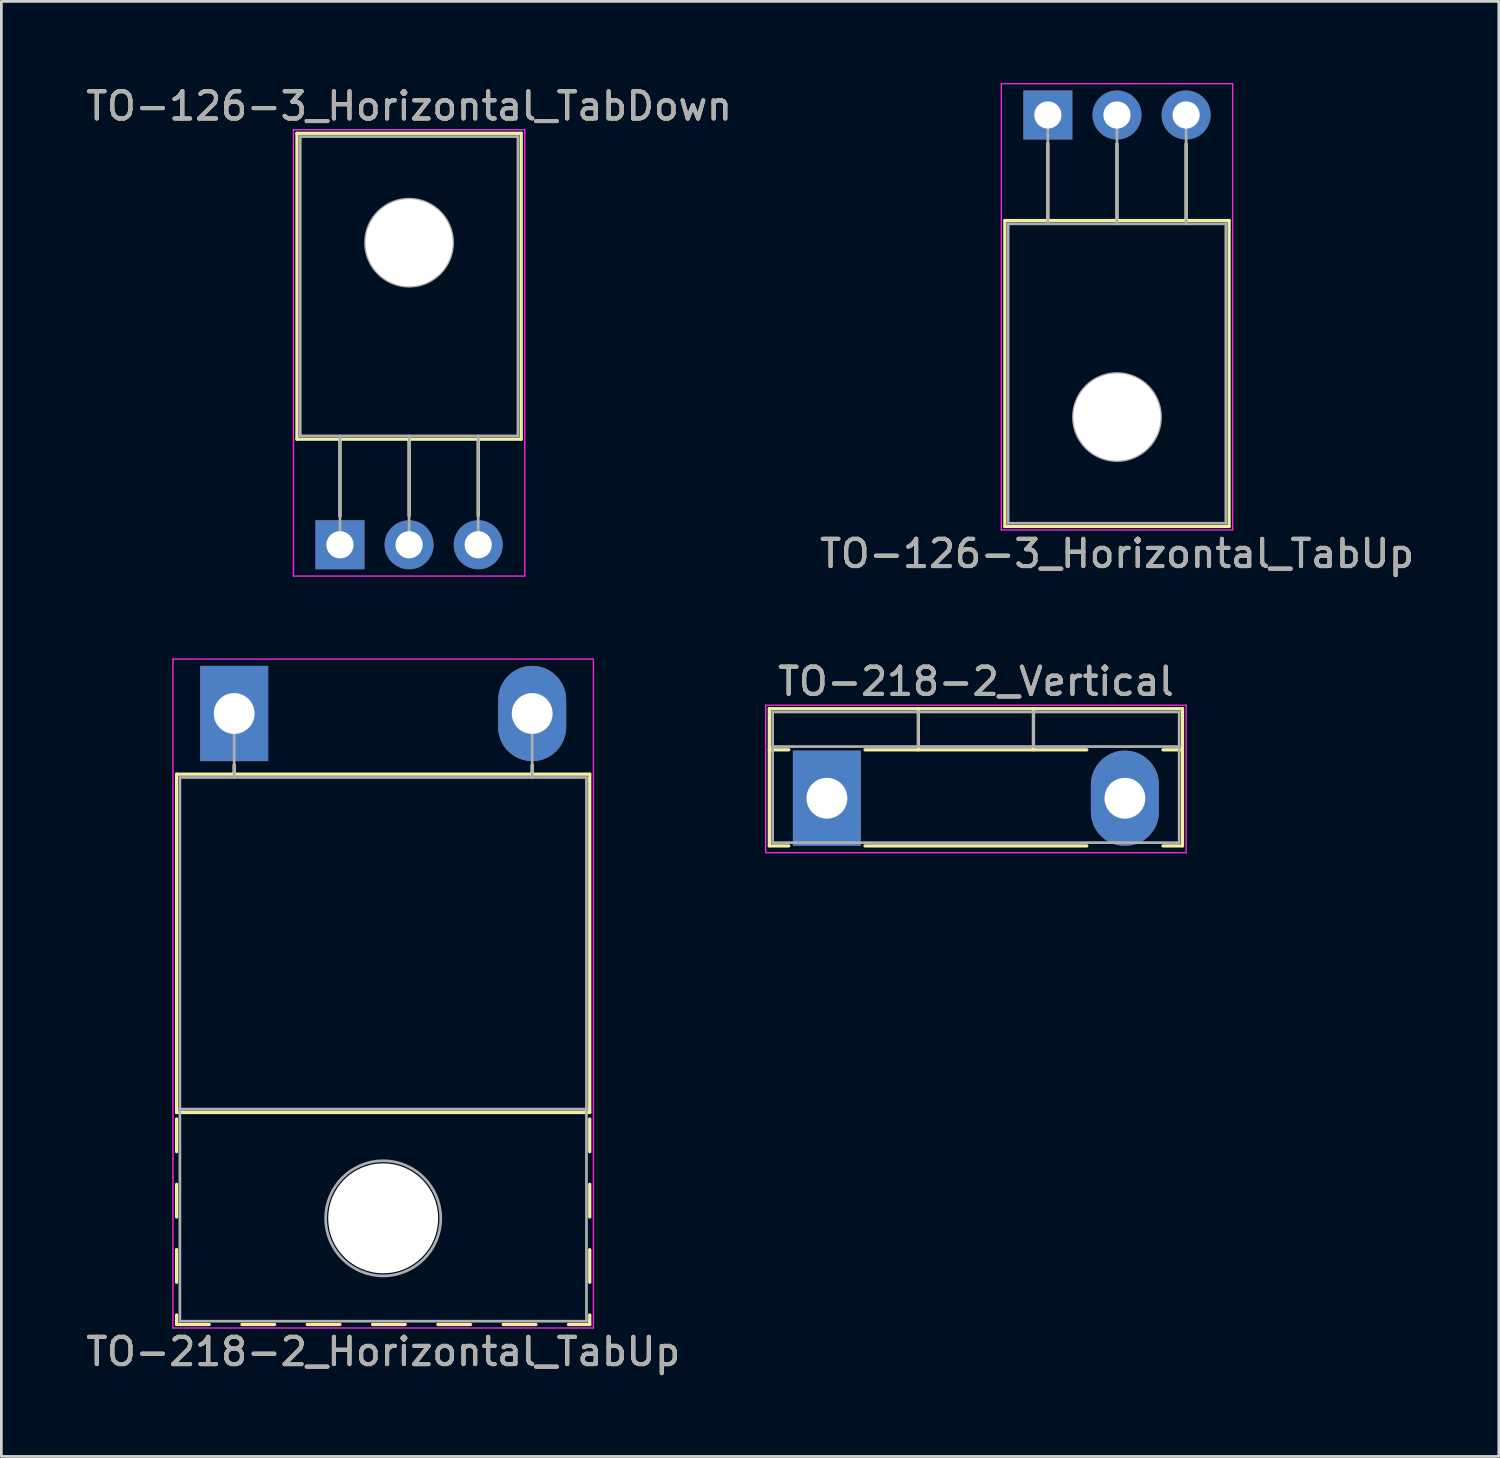
<source format=kicad_pcb>
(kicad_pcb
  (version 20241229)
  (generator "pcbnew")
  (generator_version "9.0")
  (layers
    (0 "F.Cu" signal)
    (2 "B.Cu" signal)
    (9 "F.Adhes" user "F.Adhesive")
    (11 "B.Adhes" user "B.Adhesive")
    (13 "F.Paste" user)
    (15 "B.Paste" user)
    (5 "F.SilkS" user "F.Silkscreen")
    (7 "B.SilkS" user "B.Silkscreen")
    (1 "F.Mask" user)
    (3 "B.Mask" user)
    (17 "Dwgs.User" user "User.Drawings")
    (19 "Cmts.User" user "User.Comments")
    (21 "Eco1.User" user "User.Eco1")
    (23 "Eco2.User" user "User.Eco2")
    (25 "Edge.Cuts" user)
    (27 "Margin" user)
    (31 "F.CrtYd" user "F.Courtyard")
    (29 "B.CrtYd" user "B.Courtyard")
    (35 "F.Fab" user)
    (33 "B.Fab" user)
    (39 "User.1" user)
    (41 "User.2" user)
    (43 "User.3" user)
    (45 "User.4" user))
  (footprint "TO-218-2_Vertical"
    (layer "F.Cu")
    (at 27.335 26.282)
    (property "Reference" "TO-218-2_Vertical" (at 5.475 -4.29 0) (layer "F.SilkS") (effects (font (size 1 1) (thickness 0.15))))
    (attr through_hole)
    (fp_line (start -2.115 -3.29) (end -2.115 1.75) (stroke (width 0.12) (type solid)) (layer "F.SilkS"))
    (fp_line (start -2.115 -3.29) (end 13.065 -3.29) (stroke (width 0.12) (type solid)) (layer "F.SilkS"))
    (fp_line (start -2.115 -1.78) (end -1.4 -1.78) (stroke (width 0.12) (type solid)) (layer "F.SilkS"))
    (fp_line (start -2.115 1.75) (end -1.4 1.75) (stroke (width 0.12) (type solid)) (layer "F.SilkS"))
    (fp_line (start 1.4 -1.78) (end 9.55 -1.78) (stroke (width 0.12) (type solid)) (layer "F.SilkS"))
    (fp_line (start 1.4 1.75) (end 9.55 1.75) (stroke (width 0.12) (type solid)) (layer "F.SilkS"))
    (fp_line (start 3.36 -3.29) (end 3.36 -1.78) (stroke (width 0.12) (type solid)) (layer "F.SilkS"))
    (fp_line (start 7.59 -3.29) (end 7.59 -1.78) (stroke (width 0.12) (type solid)) (layer "F.SilkS"))
    (fp_line (start 12.35 -1.78) (end 13.065 -1.78) (stroke (width 0.12) (type solid)) (layer "F.SilkS"))
    (fp_line (start 12.35 1.75) (end 13.065 1.75) (stroke (width 0.12) (type solid)) (layer "F.SilkS"))
    (fp_line (start 13.065 -3.29) (end 13.065 1.75) (stroke (width 0.12) (type solid)) (layer "F.SilkS"))
    (fp_line (start -2.25 -3.42) (end -2.25 2) (stroke (width 0.05) (type solid)) (layer "F.CrtYd"))
    (fp_line (start -2.25 2) (end 13.2 2) (stroke (width 0.05) (type solid)) (layer "F.CrtYd"))
    (fp_line (start 13.2 -3.42) (end -2.25 -3.42) (stroke (width 0.05) (type solid)) (layer "F.CrtYd"))
    (fp_line (start 13.2 2) (end 13.2 -3.42) (stroke (width 0.05) (type solid)) (layer "F.CrtYd"))
    (fp_line (start -1.995 -3.17) (end -1.995 1.63) (stroke (width 0.1) (type solid)) (layer "F.Fab"))
    (fp_line (start -1.995 -1.9) (end 12.945 -1.9) (stroke (width 0.1) (type solid)) (layer "F.Fab"))
    (fp_line (start -1.995 1.63) (end 12.945 1.63) (stroke (width 0.1) (type solid)) (layer "F.Fab"))
    (fp_line (start 3.36 -3.17) (end 3.36 -1.9) (stroke (width 0.1) (type solid)) (layer "F.Fab"))
    (fp_line (start 7.59 -3.17) (end 7.59 -1.9) (stroke (width 0.1) (type solid)) (layer "F.Fab"))
    (fp_line (start 12.945 -3.17) (end -1.995 -3.17) (stroke (width 0.1) (type solid)) (layer "F.Fab"))
    (fp_line (start 12.945 1.63) (end 12.945 -3.17) (stroke (width 0.1) (type solid)) (layer "F.Fab"))
    (fp_text user "${REFERENCE}" (at 5.475 -4.29 0) (layer "F.Fab") (effects (font (size 1 1) (thickness 0.15))))
    (pad "1" thru_hole rect (at 0 0) (size 2.5 3.5) (drill 1.5) (layers "*.Cu" "*.Mask"))
    (pad "2" thru_hole oval (at 10.95 0) (size 2.5 3.5) (drill 1.5) (layers "*.Cu" "*.Mask")))
  (footprint "TO-126-3_Horizontal_TabUp"
    (layer "F.Cu")
    (at 35.454 1.175)
    (property "Reference" "TO-126-3_Horizontal_TabUp" (at 2.54 16.12 0) (layer "F.SilkS") (effects (font (size 1 1) (thickness 0.15))))
    (attr through_hole)
    (fp_line (start -1.58 3.88) (end -1.58 15.12) (stroke (width 0.12) (type solid)) (layer "F.SilkS"))
    (fp_line (start -1.58 3.88) (end 6.66 3.88) (stroke (width 0.12) (type solid)) (layer "F.SilkS"))
    (fp_line (start -1.58 15.12) (end 6.66 15.12) (stroke (width 0.12) (type solid)) (layer "F.SilkS"))
    (fp_line (start 0 1.05) (end 0 3.88) (stroke (width 0.12) (type solid)) (layer "F.SilkS"))
    (fp_line (start 2.54 1.066) (end 2.54 3.88) (stroke (width 0.12) (type solid)) (layer "F.SilkS"))
    (fp_line (start 5.08 1.066) (end 5.08 3.88) (stroke (width 0.12) (type solid)) (layer "F.SilkS"))
    (fp_line (start 6.66 3.88) (end 6.66 15.12) (stroke (width 0.12) (type solid)) (layer "F.SilkS"))
    (fp_line (start -1.71 -1.15) (end -1.71 15.25) (stroke (width 0.05) (type solid)) (layer "F.CrtYd"))
    (fp_line (start -1.71 15.25) (end 6.79 15.25) (stroke (width 0.05) (type solid)) (layer "F.CrtYd"))
    (fp_line (start 6.79 -1.15) (end -1.71 -1.15) (stroke (width 0.05) (type solid)) (layer "F.CrtYd"))
    (fp_line (start 6.79 15.25) (end 6.79 -1.15) (stroke (width 0.05) (type solid)) (layer "F.CrtYd"))
    (fp_line (start -1.46 4) (end -1.46 15) (stroke (width 0.1) (type solid)) (layer "F.Fab"))
    (fp_line (start -1.46 15) (end 6.54 15) (stroke (width 0.1) (type solid)) (layer "F.Fab"))
    (fp_line (start 0 4) (end 0 0) (stroke (width 0.1) (type solid)) (layer "F.Fab"))
    (fp_line (start 2.54 4) (end 2.54 0) (stroke (width 0.1) (type solid)) (layer "F.Fab"))
    (fp_line (start 5.08 4) (end 5.08 0) (stroke (width 0.1) (type solid)) (layer "F.Fab"))
    (fp_line (start 6.54 4) (end -1.46 4) (stroke (width 0.1) (type solid)) (layer "F.Fab"))
    (fp_line (start 6.54 15) (end 6.54 4) (stroke (width 0.1) (type solid)) (layer "F.Fab"))
    (fp_circle (center 2.54 11.1) (end 4.14 11.1) (stroke (width 0.1) (type solid)) (fill no) (layer "F.Fab"))
    (fp_text user "${REFERENCE}" (at 2.54 16.12 0) (layer "F.Fab") (effects (font (size 1 1) (thickness 0.15))))
    (pad "" np_thru_hole oval (at 2.54 11.1) (size 3.2 3.2) (drill 3.2) (layers "*.Cu" "*.Mask"))
    (pad "1" thru_hole rect (at 0 0) (size 1.8 1.8) (drill 1) (layers "*.Cu" "*.Mask"))
    (pad "2" thru_hole oval (at 2.54 0) (size 1.8 1.8) (drill 1) (layers "*.Cu" "*.Mask"))
    (pad "3" thru_hole oval (at 5.08 0) (size 1.8 1.8) (drill 1) (layers "*.Cu" "*.Mask")))
  (footprint "TO-218-2_Horizontal_TabUp"
    (layer "F.Cu")
    (at 5.555 23.168)
    (property "Reference" "TO-218-2_Horizontal_TabUp" (at 5.475 23.45 0) (layer "F.SilkS") (effects (font (size 1 1) (thickness 0.15))))
    (attr through_hole)
    (fp_line (start -2.115 2.23) (end -2.115 14.66) (stroke (width 0.12) (type solid)) (layer "F.SilkS"))
    (fp_line (start -2.115 2.23) (end 13.065 2.23) (stroke (width 0.12) (type solid)) (layer "F.SilkS"))
    (fp_line (start -2.115 14.66) (end 13.065 14.66) (stroke (width 0.12) (type solid)) (layer "F.SilkS"))
    (fp_line (start -2.115 14.9) (end -2.115 16.101) (stroke (width 0.12) (type solid)) (layer "F.SilkS"))
    (fp_line (start -2.115 17.3) (end -2.115 18.5) (stroke (width 0.12) (type solid)) (layer "F.SilkS"))
    (fp_line (start -2.115 19.7) (end -2.115 20.9) (stroke (width 0.12) (type solid)) (layer "F.SilkS"))
    (fp_line (start -2.115 22.1) (end -2.115 22.45) (stroke (width 0.12) (type solid)) (layer "F.SilkS"))
    (fp_line (start -2.115 22.45) (end -0.916 22.45) (stroke (width 0.12) (type solid)) (layer "F.SilkS"))
    (fp_line (start 0 1.9) (end 0 2.23) (stroke (width 0.12) (type solid)) (layer "F.SilkS"))
    (fp_line (start 0.285 22.45) (end 1.485 22.45) (stroke (width 0.12) (type solid)) (layer "F.SilkS"))
    (fp_line (start 2.685 22.45) (end 3.885 22.45) (stroke (width 0.12) (type solid)) (layer "F.SilkS"))
    (fp_line (start 5.085 22.45) (end 6.285 22.45) (stroke (width 0.12) (type solid)) (layer "F.SilkS"))
    (fp_line (start 7.485 22.45) (end 8.685 22.45) (stroke (width 0.12) (type solid)) (layer "F.SilkS"))
    (fp_line (start 9.885 22.45) (end 11.085 22.45) (stroke (width 0.12) (type solid)) (layer "F.SilkS"))
    (fp_line (start 10.95 1.9) (end 10.95 2.23) (stroke (width 0.12) (type solid)) (layer "F.SilkS"))
    (fp_line (start 12.285 22.45) (end 13.065 22.45) (stroke (width 0.12) (type solid)) (layer "F.SilkS"))
    (fp_line (start 13.065 2.23) (end 13.065 14.66) (stroke (width 0.12) (type solid)) (layer "F.SilkS"))
    (fp_line (start 13.065 14.9) (end 13.065 16.101) (stroke (width 0.12) (type solid)) (layer "F.SilkS"))
    (fp_line (start 13.065 17.3) (end 13.065 18.5) (stroke (width 0.12) (type solid)) (layer "F.SilkS"))
    (fp_line (start 13.065 19.7) (end 13.065 20.9) (stroke (width 0.12) (type solid)) (layer "F.SilkS"))
    (fp_line (start 13.065 22.1) (end 13.065 22.45) (stroke (width 0.12) (type solid)) (layer "F.SilkS"))
    (fp_line (start -2.25 -2) (end -2.25 22.58) (stroke (width 0.05) (type solid)) (layer "F.CrtYd"))
    (fp_line (start -2.25 22.58) (end 13.2 22.58) (stroke (width 0.05) (type solid)) (layer "F.CrtYd"))
    (fp_line (start 13.2 -2) (end -2.25 -2) (stroke (width 0.05) (type solid)) (layer "F.CrtYd"))
    (fp_line (start 13.2 22.58) (end 13.2 -2) (stroke (width 0.05) (type solid)) (layer "F.CrtYd"))
    (fp_line (start -1.995 2.35) (end -1.995 14.54) (stroke (width 0.1) (type solid)) (layer "F.Fab"))
    (fp_line (start -1.995 14.54) (end -1.995 22.33) (stroke (width 0.1) (type solid)) (layer "F.Fab"))
    (fp_line (start -1.995 14.54) (end 12.945 14.54) (stroke (width 0.1) (type solid)) (layer "F.Fab"))
    (fp_line (start -1.995 22.33) (end 12.945 22.33) (stroke (width 0.1) (type solid)) (layer "F.Fab"))
    (fp_line (start 0 2.35) (end 0 0) (stroke (width 0.1) (type solid)) (layer "F.Fab"))
    (fp_line (start 10.95 2.35) (end 10.95 0) (stroke (width 0.1) (type solid)) (layer "F.Fab"))
    (fp_line (start 12.945 2.35) (end -1.995 2.35) (stroke (width 0.1) (type solid)) (layer "F.Fab"))
    (fp_line (start 12.945 14.54) (end -1.995 14.54) (stroke (width 0.1) (type solid)) (layer "F.Fab"))
    (fp_line (start 12.945 14.54) (end 12.945 2.35) (stroke (width 0.1) (type solid)) (layer "F.Fab"))
    (fp_line (start 12.945 22.33) (end 12.945 14.54) (stroke (width 0.1) (type solid)) (layer "F.Fab"))
    (fp_circle (center 5.475 18.55) (end 7.59 18.55) (stroke (width 0.1) (type solid)) (fill no) (layer "F.Fab"))
    (fp_text user "${REFERENCE}" (at 5.475 23.45 0) (layer "F.Fab") (effects (font (size 1 1) (thickness 0.15))))
    (pad "" np_thru_hole oval (at 5.475 18.55) (size 4.04 4.04) (drill 4.04) (layers "*.Cu" "*.Mask"))
    (pad "1" thru_hole rect (at 0 0) (size 2.5 3.5) (drill 1.5) (layers "*.Cu" "*.Mask"))
    (pad "2" thru_hole oval (at 10.95 0) (size 2.5 3.5) (drill 1.5) (layers "*.Cu" "*.Mask")))
  (footprint "TO-126-3_Horizontal_TabDown"
    (layer "F.Cu")
    (at 9.442 16.968)
    (property "Reference" "TO-126-3_Horizontal_TabDown" (at 2.54 -16.12 0) (layer "F.SilkS") (effects (font (size 1 1) (thickness 0.15))))
    (attr through_hole)
    (fp_line (start -1.58 -15.12) (end -1.58 -3.88) (stroke (width 0.12) (type solid)) (layer "F.SilkS"))
    (fp_line (start -1.58 -15.12) (end 6.66 -15.12) (stroke (width 0.12) (type solid)) (layer "F.SilkS"))
    (fp_line (start -1.58 -3.88) (end 6.66 -3.88) (stroke (width 0.12) (type solid)) (layer "F.SilkS"))
    (fp_line (start 0 -3.88) (end 0 -1.05) (stroke (width 0.12) (type solid)) (layer "F.SilkS"))
    (fp_line (start 2.54 -3.88) (end 2.54 -1.066) (stroke (width 0.12) (type solid)) (layer "F.SilkS"))
    (fp_line (start 5.08 -3.88) (end 5.08 -1.066) (stroke (width 0.12) (type solid)) (layer "F.SilkS"))
    (fp_line (start 6.66 -15.12) (end 6.66 -3.88) (stroke (width 0.12) (type solid)) (layer "F.SilkS"))
    (fp_line (start -1.71 -15.25) (end -1.71 1.15) (stroke (width 0.05) (type solid)) (layer "F.CrtYd"))
    (fp_line (start -1.71 1.15) (end 6.79 1.15) (stroke (width 0.05) (type solid)) (layer "F.CrtYd"))
    (fp_line (start 6.79 -15.25) (end -1.71 -15.25) (stroke (width 0.05) (type solid)) (layer "F.CrtYd"))
    (fp_line (start 6.79 1.15) (end 6.79 -15.25) (stroke (width 0.05) (type solid)) (layer "F.CrtYd"))
    (fp_line (start -1.46 -15) (end 6.54 -15) (stroke (width 0.1) (type solid)) (layer "F.Fab"))
    (fp_line (start -1.46 -4) (end -1.46 -15) (stroke (width 0.1) (type solid)) (layer "F.Fab"))
    (fp_line (start 0 -4) (end 0 0) (stroke (width 0.1) (type solid)) (layer "F.Fab"))
    (fp_line (start 2.54 -4) (end 2.54 0) (stroke (width 0.1) (type solid)) (layer "F.Fab"))
    (fp_line (start 5.08 -4) (end 5.08 0) (stroke (width 0.1) (type solid)) (layer "F.Fab"))
    (fp_line (start 6.54 -15) (end 6.54 -4) (stroke (width 0.1) (type solid)) (layer "F.Fab"))
    (fp_line (start 6.54 -4) (end -1.46 -4) (stroke (width 0.1) (type solid)) (layer "F.Fab"))
    (fp_circle (center 2.54 -11.1) (end 4.14 -11.1) (stroke (width 0.1) (type solid)) (fill no) (layer "F.Fab"))
    (fp_text user "${REFERENCE}" (at 2.54 -16.12 0) (layer "F.Fab") (effects (font (size 1 1) (thickness 0.15))))
    (pad "" np_thru_hole oval (at 2.54 -11.1) (size 3.2 3.2) (drill 3.2) (layers "*.Cu" "*.Mask"))
    (pad "1" thru_hole rect (at 0 0) (size 1.8 1.8) (drill 1) (layers "*.Cu" "*.Mask"))
    (pad "2" thru_hole oval (at 2.54 0) (size 1.8 1.8) (drill 1) (layers "*.Cu" "*.Mask"))
    (pad "3" thru_hole oval (at 5.08 0) (size 1.8 1.8) (drill 1) (layers "*.Cu" "*.Mask")))
  (gr_rect
    (start -3 -3)
    (end 52.024 50.467)
    (stroke (width 0.1) (type default))
    (fill no)
    (layer "Edge.Cuts")))
</source>
